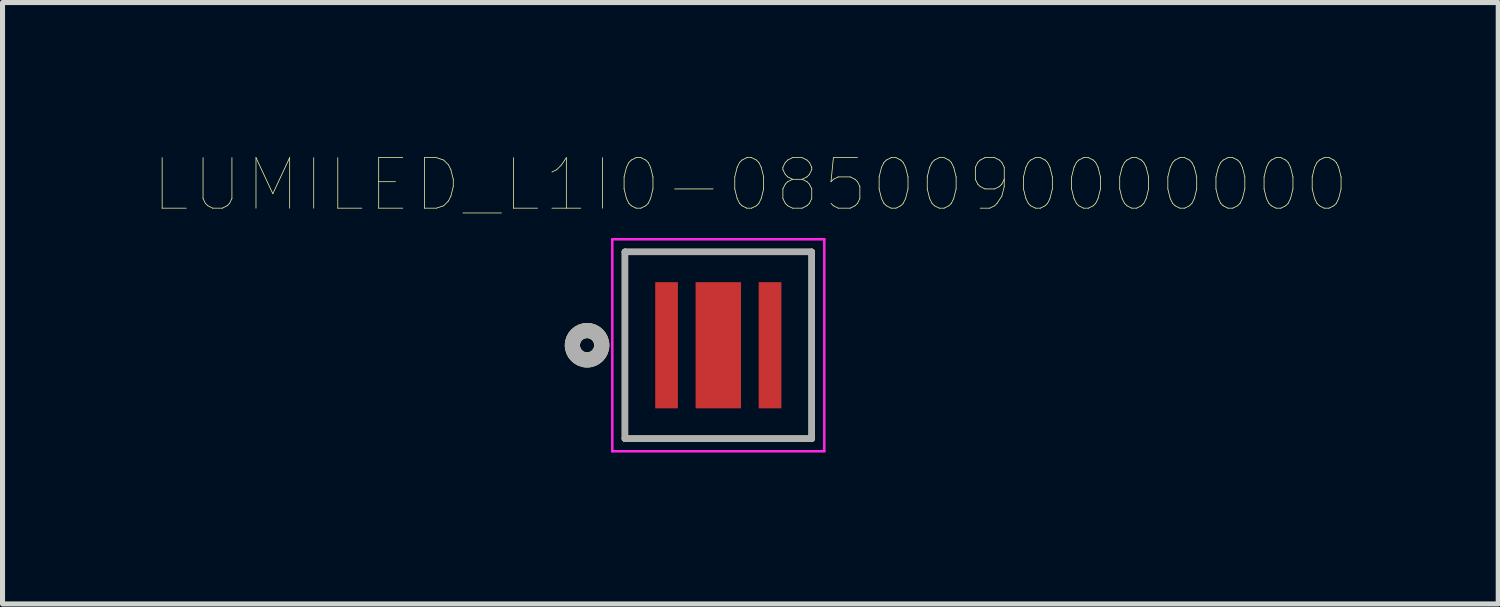
<source format=kicad_pcb>
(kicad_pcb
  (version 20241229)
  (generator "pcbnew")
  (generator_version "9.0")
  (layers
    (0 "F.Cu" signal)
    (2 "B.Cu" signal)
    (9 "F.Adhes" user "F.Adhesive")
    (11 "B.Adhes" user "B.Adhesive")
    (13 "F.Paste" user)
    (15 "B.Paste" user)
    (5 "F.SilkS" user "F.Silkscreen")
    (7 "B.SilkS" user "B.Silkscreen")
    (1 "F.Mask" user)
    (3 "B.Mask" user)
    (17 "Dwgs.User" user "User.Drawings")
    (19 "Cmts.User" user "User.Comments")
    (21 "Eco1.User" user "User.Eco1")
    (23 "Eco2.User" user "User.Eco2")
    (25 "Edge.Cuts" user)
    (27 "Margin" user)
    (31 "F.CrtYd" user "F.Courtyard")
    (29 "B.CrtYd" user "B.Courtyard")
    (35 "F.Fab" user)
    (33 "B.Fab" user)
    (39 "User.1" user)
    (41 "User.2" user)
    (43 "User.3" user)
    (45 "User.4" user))
  (footprint "LUMILED_L1I0-0850090000000"
    (layer "F.Cu")
    (at 11.181 3.79)
    (property "Reference" "LUMILED_L1I0-0850090000000" (at 0.636 -3.178 0) (layer "F.SilkS") (effects (font (size 1.001 1.001) (thickness 0.015))))
    (attr through_hole)
    (fp_poly (pts (xy -1.277 -1.35) (xy -0.775 -1.35) (xy -0.775 1.352) (xy -1.277 1.352)) (stroke (width 0.01) (type solid)) (fill yes) (layer "F.Mask"))
    (fp_poly (pts (xy -0.501 -1.35) (xy 0.5 -1.35) (xy 0.5 1.352) (xy -0.501 1.352)) (stroke (width 0.01) (type solid)) (fill yes) (layer "F.Mask"))
    (fp_poly (pts (xy 0.776 -1.35) (xy 1.275 -1.35) (xy 1.275 1.352) (xy 0.776 1.352)) (stroke (width 0.01) (type solid)) (fill yes) (layer "F.Mask"))
    (fp_line (start -1.85 -1.85) (end 1.85 -1.85) (stroke (width 0.127) (type solid)) (layer "F.SilkS"))
    (fp_line (start -1.85 1.85) (end -1.85 -1.85) (stroke (width 0.127) (type solid)) (layer "F.SilkS"))
    (fp_line (start 1.85 -1.85) (end 1.85 1.85) (stroke (width 0.127) (type solid)) (layer "F.SilkS"))
    (fp_line (start 1.85 1.85) (end -1.85 1.85) (stroke (width 0.127) (type solid)) (layer "F.SilkS"))
    (fp_circle (center -2.6 0) (end -2.459 0) (stroke (width 0.3) (type solid)) (fill no) (layer "F.SilkS"))
    (fp_line (start -2.1 -2.1) (end 2.1 -2.1) (stroke (width 0.05) (type solid)) (layer "F.CrtYd"))
    (fp_line (start -2.1 2.1) (end -2.1 -2.1) (stroke (width 0.05) (type solid)) (layer "F.CrtYd"))
    (fp_line (start 2.1 -2.1) (end 2.1 2.1) (stroke (width 0.05) (type solid)) (layer "F.CrtYd"))
    (fp_line (start 2.1 2.1) (end -2.1 2.1) (stroke (width 0.05) (type solid)) (layer "F.CrtYd"))
    (fp_line (start -1.85 -1.85) (end 1.85 -1.85) (stroke (width 0.127) (type solid)) (layer "F.Fab"))
    (fp_line (start -1.85 1.85) (end -1.85 -1.85) (stroke (width 0.127) (type solid)) (layer "F.Fab"))
    (fp_line (start 1.85 -1.85) (end 1.85 1.85) (stroke (width 0.127) (type solid)) (layer "F.Fab"))
    (fp_line (start 1.85 1.85) (end -1.85 1.85) (stroke (width 0.127) (type solid)) (layer "F.Fab"))
    (fp_circle (center -2.6 0) (end -2.459 0) (stroke (width 0.3) (type solid)) (fill no) (layer "F.Fab"))
    (pad "A1" smd rect (at 0 0) (size 0.9 2.5) (layers "F.Cu" "F.Paste"))
    (pad "A2" smd rect (at 1.025 0) (size 0.45 2.5) (layers "F.Cu" "F.Paste"))
    (pad "C" smd rect (at -1.025 0) (size 0.45 2.5) (layers "F.Cu" "F.Paste")))
  (gr_rect
    (start -3 -3)
    (end 26.633 8.915)
    (stroke (width 0.1) (type default))
    (fill no)
    (layer "Edge.Cuts")))
</source>
